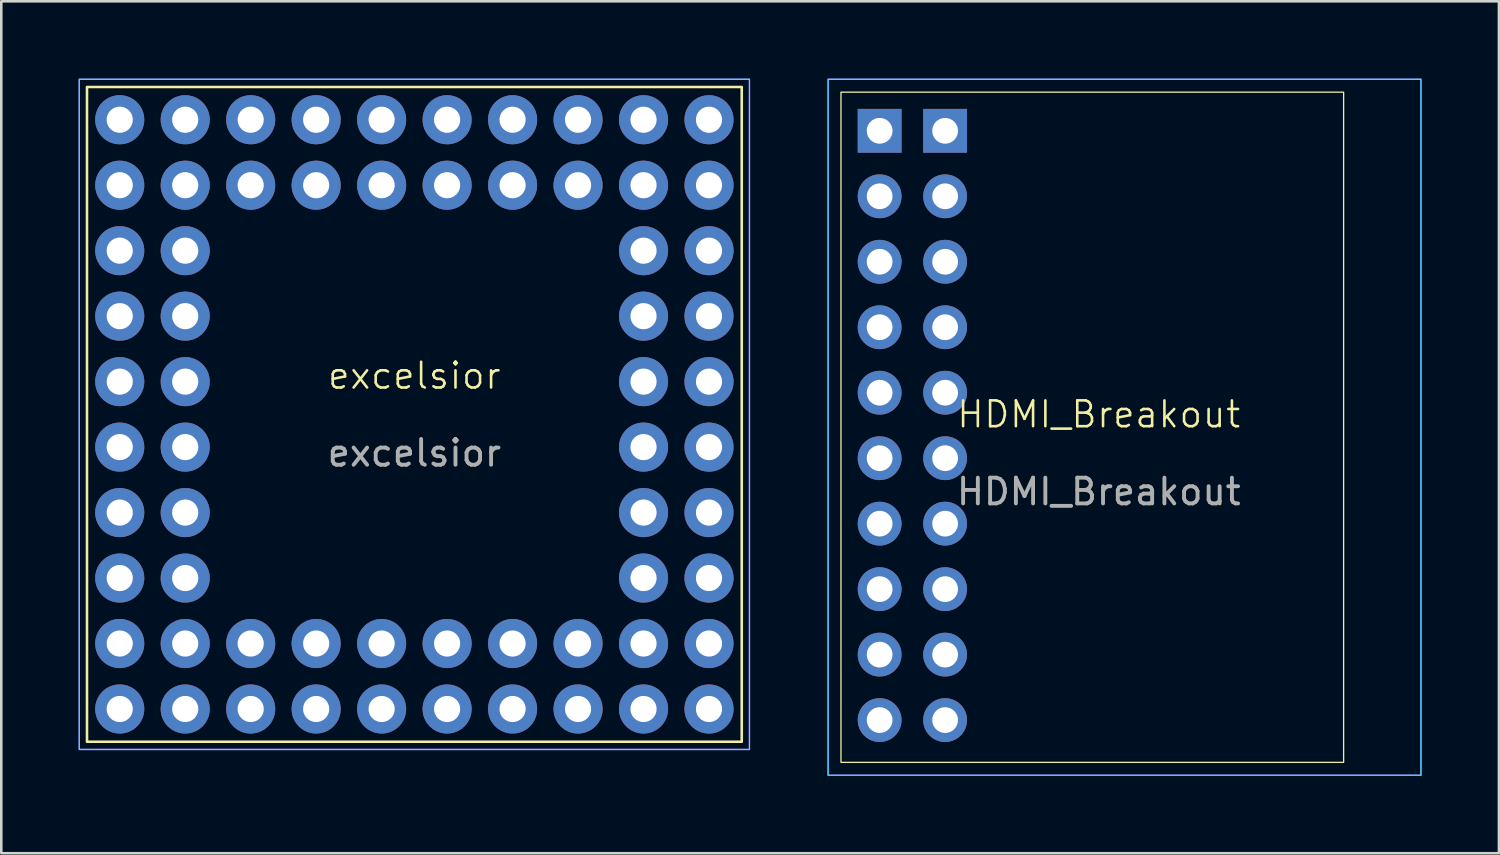
<source format=kicad_pcb>
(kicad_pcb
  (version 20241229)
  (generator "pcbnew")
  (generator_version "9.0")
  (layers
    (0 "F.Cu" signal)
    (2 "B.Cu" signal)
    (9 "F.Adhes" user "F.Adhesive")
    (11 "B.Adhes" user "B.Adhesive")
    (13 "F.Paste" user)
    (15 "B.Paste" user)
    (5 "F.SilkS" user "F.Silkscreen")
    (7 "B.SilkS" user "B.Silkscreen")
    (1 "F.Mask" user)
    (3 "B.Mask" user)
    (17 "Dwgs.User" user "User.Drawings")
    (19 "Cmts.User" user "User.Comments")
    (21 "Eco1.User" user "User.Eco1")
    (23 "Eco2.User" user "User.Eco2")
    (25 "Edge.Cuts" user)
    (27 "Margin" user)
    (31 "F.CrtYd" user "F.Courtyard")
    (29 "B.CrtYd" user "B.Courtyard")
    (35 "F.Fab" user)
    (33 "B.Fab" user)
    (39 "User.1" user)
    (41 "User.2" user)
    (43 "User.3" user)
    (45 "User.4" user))
  (footprint "excelsior"
    (layer "F.Cu")
    (at 13.025 13.025)
    (property "Reference" "excelsior" (at 0 -1.5 0) (unlocked yes) (layer "F.SilkS") (effects (font (size 1 1) (thickness 0.1))))
    (attr through_hole)
    (fp_rect (start -12.7 -12.7) (end 12.7 12.7) (stroke (width 0.1) (type solid)) (fill no) (layer "F.SilkS"))
    (fp_rect (start -13 -13) (end 13 13) (stroke (width 0.05) (type default)) (fill no) (layer "B.CrtYd"))
    (fp_rect (start -13 -13) (end 13 13) (stroke (width 0.05) (type default)) (fill no) (layer "F.CrtYd"))
    (fp_text user "${REFERENCE}" (at 0 1.5 0) (unlocked yes) (layer "F.Fab") (effects (font (size 1 1) (thickness 0.15))))
    (pad "00" thru_hole circle (at -8.89 -11.43) (size 1.905 1.905) (drill 1.016) (layers "*.Cu" "*.Mask"))
    (pad "01" thru_hole circle (at -6.35 -8.89) (size 1.905 1.905) (drill 1.016) (layers "*.Cu" "*.Mask"))
    (pad "02" thru_hole circle (at -11.43 -8.89) (size 1.905 1.905) (drill 1.016) (layers "*.Cu" "*.Mask"))
    (pad "03" thru_hole circle (at -8.89 -6.35) (size 1.905 1.905) (drill 1.016) (layers "*.Cu" "*.Mask"))
    (pad "04" thru_hole circle (at -11.43 -6.35) (size 1.905 1.905) (drill 1.016) (layers "*.Cu" "*.Mask"))
    (pad "05" thru_hole circle (at -8.89 -3.81) (size 1.905 1.905) (drill 1.016) (layers "*.Cu" "*.Mask"))
    (pad "06" thru_hole circle (at -11.43 -3.81) (size 1.905 1.905) (drill 1.016) (layers "*.Cu" "*.Mask"))
    (pad "07" thru_hole circle (at -8.89 -1.27) (size 1.905 1.905) (drill 1.016) (layers "*.Cu" "*.Mask"))
    (pad "08" thru_hole circle (at -11.43 -1.27) (size 1.905 1.905) (drill 1.016) (layers "*.Cu" "*.Mask"))
    (pad "09" thru_hole circle (at -8.89 1.27) (size 1.905 1.905) (drill 1.016) (layers "*.Cu" "*.Mask"))
    (pad "10" thru_hole circle (at -11.43 1.27) (size 1.905 1.905) (drill 1.016) (layers "*.Cu" "*.Mask"))
    (pad "11" thru_hole circle (at -8.89 3.81) (size 1.905 1.905) (drill 1.016) (layers "*.Cu" "*.Mask"))
    (pad "12" thru_hole circle (at -11.43 3.81) (size 1.905 1.905) (drill 1.016) (layers "*.Cu" "*.Mask"))
    (pad "13" thru_hole circle (at -8.89 6.35) (size 1.905 1.905) (drill 1.016) (layers "*.Cu" "*.Mask"))
    (pad "14" thru_hole circle (at -11.43 6.35) (size 1.905 1.905) (drill 1.016) (layers "*.Cu" "*.Mask"))
    (pad "15" thru_hole circle (at -8.89 8.89) (size 1.905 1.905) (drill 1.016) (layers "*.Cu" "*.Mask"))
    (pad "16" thru_hole circle (at -11.43 8.89) (size 1.905 1.905) (drill 1.016) (layers "*.Cu" "*.Mask"))
    (pad "17" thru_hole circle (at -8.89 11.43) (size 1.905 1.905) (drill 1.016) (layers "*.Cu" "*.Mask"))
    (pad "18" thru_hole circle (at -6.35 11.43) (size 1.905 1.905) (drill 1.016) (layers "*.Cu" "*.Mask"))
    (pad "19" thru_hole circle (at -6.35 8.89) (size 1.905 1.905) (drill 1.016) (layers "*.Cu" "*.Mask"))
    (pad "20" thru_hole circle (at -3.81 11.43) (size 1.905 1.905) (drill 1.016) (layers "*.Cu" "*.Mask"))
    (pad "21" thru_hole circle (at -3.81 8.89) (size 1.905 1.905) (drill 1.016) (layers "*.Cu" "*.Mask"))
    (pad "22" thru_hole circle (at -1.27 11.43) (size 1.905 1.905) (drill 1.016) (layers "*.Cu" "*.Mask"))
    (pad "23" thru_hole circle (at -1.27 8.89) (size 1.905 1.905) (drill 1.016) (layers "*.Cu" "*.Mask"))
    (pad "24" thru_hole circle (at 1.27 11.43) (size 1.905 1.905) (drill 1.016) (layers "*.Cu" "*.Mask"))
    (pad "25" thru_hole circle (at 1.27 8.89) (size 1.905 1.905) (drill 1.016) (layers "*.Cu" "*.Mask"))
    (pad "26" thru_hole circle (at 3.81 11.43) (size 1.905 1.905) (drill 1.016) (layers "*.Cu" "*.Mask"))
    (pad "27" thru_hole circle (at 3.81 8.89) (size 1.905 1.905) (drill 1.016) (layers "*.Cu" "*.Mask"))
    (pad "28" thru_hole circle (at 6.35 11.43) (size 1.905 1.905) (drill 1.016) (layers "*.Cu" "*.Mask"))
    (pad "29" thru_hole circle (at 6.35 8.89) (size 1.905 1.905) (drill 1.016) (layers "*.Cu" "*.Mask"))
    (pad "30" thru_hole circle (at 8.89 11.43) (size 1.905 1.905) (drill 1.016) (layers "*.Cu" "*.Mask"))
    (pad "31" thru_hole circle (at 8.89 8.89) (size 1.905 1.905) (drill 1.016) (layers "*.Cu" "*.Mask"))
    (pad "32" thru_hole circle (at 11.43 8.89) (size 1.905 1.905) (drill 1.016) (layers "*.Cu" "*.Mask"))
    (pad "33" thru_hole circle (at 8.89 6.35) (size 1.905 1.905) (drill 1.016) (layers "*.Cu" "*.Mask"))
    (pad "34" thru_hole circle (at 11.43 6.35) (size 1.905 1.905) (drill 1.016) (layers "*.Cu" "*.Mask"))
    (pad "35" thru_hole circle (at 8.89 3.81) (size 1.905 1.905) (drill 1.016) (layers "*.Cu" "*.Mask"))
    (pad "36" thru_hole circle (at 11.43 3.81) (size 1.905 1.905) (drill 1.016) (layers "*.Cu" "*.Mask"))
    (pad "37" thru_hole circle (at 8.89 1.27) (size 1.905 1.905) (drill 1.016) (layers "*.Cu" "*.Mask"))
    (pad "38" thru_hole circle (at 11.43 1.27) (size 1.905 1.905) (drill 1.016) (layers "*.Cu" "*.Mask"))
    (pad "39" thru_hole circle (at 8.89 -1.27) (size 1.905 1.905) (drill 1.016) (layers "*.Cu" "*.Mask"))
    (pad "40" thru_hole circle (at 11.43 -1.27) (size 1.905 1.905) (drill 1.016) (layers "*.Cu" "*.Mask"))
    (pad "41" thru_hole circle (at 8.89 -3.81) (size 1.905 1.905) (drill 1.016) (layers "*.Cu" "*.Mask"))
    (pad "42" thru_hole circle (at 11.43 -3.81) (size 1.905 1.905) (drill 1.016) (layers "*.Cu" "*.Mask"))
    (pad "43" thru_hole circle (at 8.89 -6.35) (size 1.905 1.905) (drill 1.016) (layers "*.Cu" "*.Mask"))
    (pad "44" thru_hole circle (at 11.43 -6.35) (size 1.905 1.905) (drill 1.016) (layers "*.Cu" "*.Mask"))
    (pad "45" thru_hole circle (at 11.43 -8.89) (size 1.905 1.905) (drill 1.016) (layers "*.Cu" "*.Mask"))
    (pad "46" thru_hole circle (at 8.89 -11.43) (size 1.905 1.905) (drill 1.016) (layers "*.Cu" "*.Mask"))
    (pad "47" thru_hole circle (at 6.35 -8.89) (size 1.905 1.905) (drill 1.016) (layers "*.Cu" "*.Mask"))
    (pad "48" thru_hole circle (at 6.35 -11.43) (size 1.905 1.905) (drill 1.016) (layers "*.Cu" "*.Mask"))
    (pad "49" thru_hole circle (at 3.81 -8.89) (size 1.905 1.905) (drill 1.016) (layers "*.Cu" "*.Mask"))
    (pad "50" thru_hole circle (at 3.81 -11.43) (size 1.905 1.905) (drill 1.016) (layers "*.Cu" "*.Mask"))
    (pad "51" thru_hole circle (at 1.27 -8.89) (size 1.905 1.905) (drill 1.016) (layers "*.Cu" "*.Mask"))
    (pad "52" thru_hole circle (at 1.27 -11.43) (size 1.905 1.905) (drill 1.016) (layers "*.Cu" "*.Mask"))
    (pad "53" thru_hole circle (at -1.27 -8.89) (size 1.905 1.905) (drill 1.016) (layers "*.Cu" "*.Mask"))
    (pad "54" thru_hole circle (at -1.27 -11.43) (size 1.905 1.905) (drill 1.016) (layers "*.Cu" "*.Mask"))
    (pad "55" thru_hole circle (at -3.81 -8.89) (size 1.905 1.905) (drill 1.016) (layers "*.Cu" "*.Mask"))
    (pad "56" thru_hole circle (at -3.81 -11.43) (size 1.905 1.905) (drill 1.016) (layers "*.Cu" "*.Mask"))
    (pad "57" thru_hole circle (at -6.35 -11.43) (size 1.905 1.905) (drill 1.016) (layers "*.Cu" "*.Mask"))
    (pad "G" thru_hole circle (at -11.43 -11.43) (size 1.905 1.905) (drill 1.016) (layers "*.Cu" "*.Mask"))
    (pad "G" thru_hole circle (at -11.43 11.43) (size 1.905 1.905) (drill 1.016) (layers "*.Cu" "*.Mask"))
    (pad "G" thru_hole circle (at -8.89 -8.89) (size 1.905 1.905) (drill 1.016) (layers "*.Cu" "*.Mask"))
    (pad "G" thru_hole circle (at 8.89 -8.89) (size 1.905 1.905) (drill 1.016) (layers "*.Cu" "*.Mask"))
    (pad "G" thru_hole circle (at 11.43 -11.43) (size 1.905 1.905) (drill 1.016) (layers "*.Cu" "*.Mask"))
    (pad "G" thru_hole circle (at 11.43 11.43) (size 1.905 1.905) (drill 1.016) (layers "*.Cu" "*.Mask")))
  (footprint "HDMI_Breakout"
    (layer "F.Cu")
    (at 39.575 13.525)
    (property "Reference" "HDMI_Breakout" (at 0 -0.5 0) (unlocked yes) (layer "F.SilkS") (effects (font (size 1 1) (thickness 0.1))))
    (attr through_hole)
    (fp_rect (start -10 -13) (end 9.5 13) (stroke (width 0.05) (type default)) (fill no) (layer "F.SilkS"))
    (fp_rect (start -10.5 -13.5) (end 12.5 13.5) (stroke (width 0.05) (type default)) (fill no) (layer "B.CrtYd"))
    (fp_rect (start -10.5 -13.5) (end 12.5 13.5) (stroke (width 0.05) (type default)) (fill no) (layer "F.CrtYd"))
    (fp_text user "${REFERENCE}" (at 0 2.5 0) (unlocked yes) (layer "F.Fab") (effects (font (size 1 1) (thickness 0.15))))
    (pad "00" thru_hole rect (at -8.5 -11.5) (size 1.7 1.7) (drill 1) (layers "*.Cu" "*.Mask"))
    (pad "01" thru_hole rect (at -5.96 -11.5) (size 1.7 1.7) (drill 1) (layers "*.Cu" "*.Mask"))
    (pad "02" thru_hole circle (at -8.5 -8.96) (size 1.7 1.7) (drill 1) (layers "*.Cu" "*.Mask"))
    (pad "03" thru_hole circle (at -5.96 -8.96) (size 1.7 1.7) (drill 1) (layers "*.Cu" "*.Mask"))
    (pad "04" thru_hole circle (at -8.5 -6.42) (size 1.7 1.7) (drill 1) (layers "*.Cu" "*.Mask"))
    (pad "05" thru_hole circle (at -5.96 -6.42) (size 1.7 1.7) (drill 1) (layers "*.Cu" "*.Mask"))
    (pad "06" thru_hole circle (at -8.5 -3.88) (size 1.7 1.7) (drill 1) (layers "*.Cu" "*.Mask"))
    (pad "07" thru_hole circle (at -5.96 -3.88) (size 1.7 1.7) (drill 1) (layers "*.Cu" "*.Mask"))
    (pad "08" thru_hole circle (at -8.5 -1.34) (size 1.7 1.7) (drill 1) (layers "*.Cu" "*.Mask"))
    (pad "09" thru_hole circle (at -5.96 -1.34) (size 1.7 1.7) (drill 1) (layers "*.Cu" "*.Mask"))
    (pad "10" thru_hole circle (at -8.5 1.2) (size 1.7 1.7) (drill 1) (layers "*.Cu" "*.Mask"))
    (pad "11" thru_hole circle (at -5.96 1.2) (size 1.7 1.7) (drill 1) (layers "*.Cu" "*.Mask"))
    (pad "12" thru_hole circle (at -8.5 3.74) (size 1.7 1.7) (drill 1) (layers "*.Cu" "*.Mask"))
    (pad "13" thru_hole circle (at -5.96 3.74) (size 1.7 1.7) (drill 1) (layers "*.Cu" "*.Mask"))
    (pad "14" thru_hole circle (at -8.5 6.28) (size 1.7 1.7) (drill 1) (layers "*.Cu" "*.Mask"))
    (pad "15" thru_hole circle (at -5.96 6.28) (size 1.7 1.7) (drill 1) (layers "*.Cu" "*.Mask"))
    (pad "16" thru_hole circle (at -8.5 8.82) (size 1.7 1.7) (drill 1) (layers "*.Cu" "*.Mask"))
    (pad "19" thru_hole circle (at -5.96 8.82) (size 1.7 1.7) (drill 1) (layers "*.Cu" "*.Mask"))
    (pad "G" thru_hole circle (at -8.5 11.36) (size 1.7 1.7) (drill 1) (layers "*.Cu" "*.Mask"))
    (pad "G" thru_hole circle (at -5.96 11.36) (size 1.7 1.7) (drill 1) (layers "*.Cu" "*.Mask")))
  (gr_rect
    (start -3 -3)
    (end 55.1 30.05)
    (stroke (width 0.1) (type default))
    (fill no)
    (layer "Edge.Cuts")))
</source>
